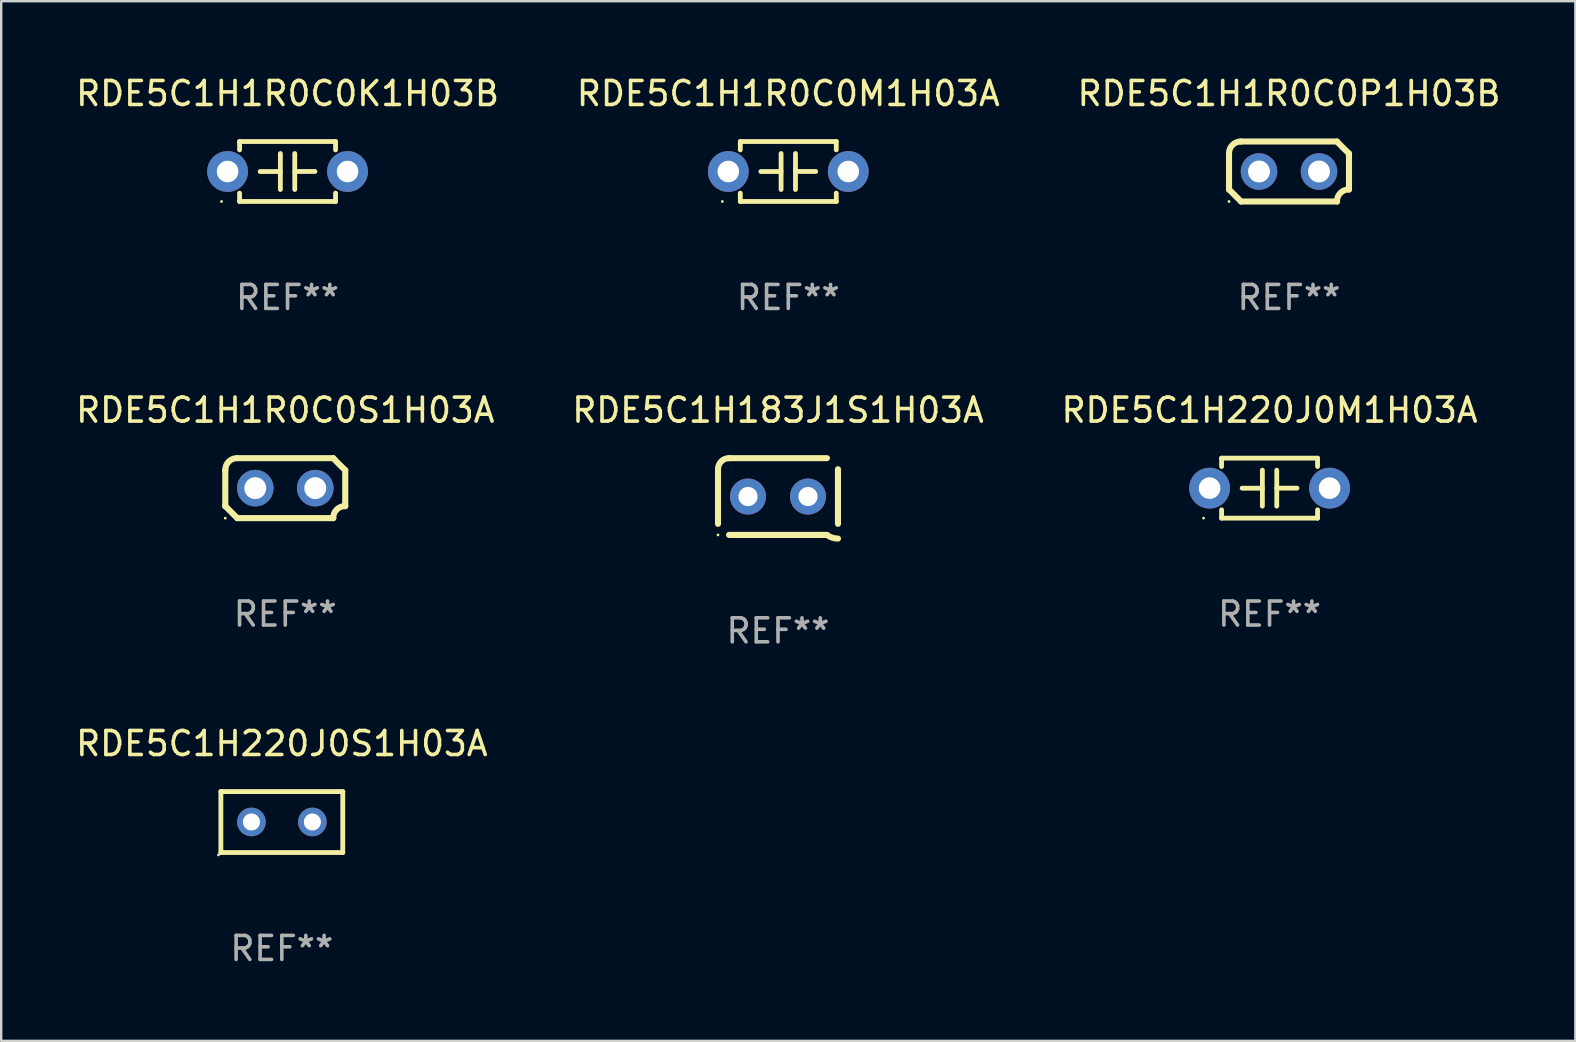
<source format=kicad_pcb>
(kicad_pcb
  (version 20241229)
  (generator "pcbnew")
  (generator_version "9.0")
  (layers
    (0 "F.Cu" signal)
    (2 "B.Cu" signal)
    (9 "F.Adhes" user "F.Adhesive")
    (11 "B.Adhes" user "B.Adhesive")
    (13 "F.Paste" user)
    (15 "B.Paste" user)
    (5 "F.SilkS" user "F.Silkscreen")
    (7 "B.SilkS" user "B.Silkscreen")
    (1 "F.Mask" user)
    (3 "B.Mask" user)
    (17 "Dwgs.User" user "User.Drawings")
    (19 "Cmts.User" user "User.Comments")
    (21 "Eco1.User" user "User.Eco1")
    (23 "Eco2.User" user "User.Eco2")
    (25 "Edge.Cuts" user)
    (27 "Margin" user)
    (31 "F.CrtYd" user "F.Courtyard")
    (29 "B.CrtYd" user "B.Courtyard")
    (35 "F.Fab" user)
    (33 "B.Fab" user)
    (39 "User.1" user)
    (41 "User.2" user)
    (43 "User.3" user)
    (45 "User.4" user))
  (footprint "RDE5C1H183J1S1H03A"
    (layer "F.Cu")
    (at 29.375 17.645)
    (property "Reference" "RDE5C1H183J1S1H03A" (at 0 -3.6 0) (layer "F.SilkS") (effects (font (size 1 1) (thickness 0.15))))
    (attr through_hole)
    (fp_line (start -2.5 1.138) (end -2.5 -1.138) (stroke (width 0.254) (type solid)) (layer "F.SilkS"))
    (fp_line (start -2.038 1.6) (end 2.038 1.6) (stroke (width 0.254) (type solid)) (layer "F.SilkS"))
    (fp_line (start 2.038 -1.6) (end -2.038 -1.6) (stroke (width 0.254) (type solid)) (layer "F.SilkS"))
    (fp_line (start 2.5 -1.138) (end 2.5 1.138) (stroke (width 0.254) (type solid)) (layer "F.SilkS"))
    (fp_arc (start -2.5 -1.137744) (mid -2.364601 -1.464626) (end -2.037719 -1.600025) (stroke (width 0.254001) (type solid)) (layer "F.SilkS"))
    (fp_arc (start -2.5 1.137719) (mid 2.500022 -1.137741) (end -2.5 1.137719) (stroke (width 0.254001) (type solid)) (layer "F.SilkS"))
    (fp_arc (start 2.5 1.751767) (mid 2.256726 1.712861) (end 2.037719 1.600025) (stroke (width 0.254001) (type solid)) (layer "F.SilkS"))
    (fp_circle (center -2.5 1.6) (end -2.47 1.6) (stroke (width 0.06) (type solid)) (fill no) (layer "F.SilkS"))
    (fp_text user "REF**" (at 0 5.6 0) (layer "F.Fab") (effects (font (size 1 1) (thickness 0.15))))
    (pad "1" thru_hole circle (at -1.25 -0.000076) (size 1.5 1.5) (drill 0.8) (layers "*.Cu" "*.Mask"))
    (pad "2" thru_hole circle (at 1.25 -0.000076) (size 1.5 1.5) (drill 0.8) (layers "*.Cu" "*.Mask")))
  (footprint "RDE5C1H1R0C0S1H03A"
    (layer "F.Cu")
    (at 8.839 17.295)
    (property "Reference" "RDE5C1H1R0C0S1H03A" (at 0 -3.25 0) (layer "F.SilkS") (effects (font (size 1 1) (thickness 0.15))))
    (attr through_hole)
    (fp_line (start -2.5 -0.75) (end -2.5 0.75) (stroke (width 0.254) (type solid)) (layer "F.SilkS"))
    (fp_line (start -2 -1.25) (end 2 -1.25) (stroke (width 0.254) (type solid)) (layer "F.SilkS"))
    (fp_line (start 2 1.25) (end -2 1.25) (stroke (width 0.254) (type solid)) (layer "F.SilkS"))
    (fp_line (start 2.5 0.75) (end 2.5 -0.75) (stroke (width 0.254) (type solid)) (layer "F.SilkS"))
    (fp_arc (start -2.5 0.749962) (mid -2.249559 0.999558) (end -1.99929 1.249325) (stroke (width 0.254001) (type solid)) (layer "F.SilkS"))
    (fp_arc (start -2.499366 -0.749302) (mid -2.356411 -1.106098) (end -2 -1.250013) (stroke (width 0.254001) (type solid)) (layer "F.SilkS"))
    (fp_arc (start 2 1.250013) (mid 2.142747 0.89301) (end 2.499364 0.749302) (stroke (width 0.254001) (type solid)) (layer "F.SilkS"))
    (fp_arc (start 2.5 -0.749962) (mid 2.245609 -0.995598) (end 1.999289 -1.249327) (stroke (width 0.254001) (type solid)) (layer "F.SilkS"))
    (fp_circle (center -2.5 1.25) (end -2.47 1.25) (stroke (width 0.06) (type solid)) (fill no) (layer "F.SilkS"))
    (fp_text user "REF**" (at 0 5.25 0) (layer "F.Fab") (effects (font (size 1 1) (thickness 0.15))))
    (pad "1" thru_hole circle (at -1.25 0) (size 1.524 1.524) (drill 0.914) (layers "*.Cu" "*.Mask"))
    (pad "2" thru_hole circle (at 1.25 0) (size 1.524 1.524) (drill 0.914) (layers "*.Cu" "*.Mask")))
  (footprint "RDE5C1H1R0C0K1H03B"
    (layer "F.Cu")
    (at 8.935 4.098)
    (property "Reference" "RDE5C1H1R0C0K1H03B" (at 0 -3.25 0) (layer "F.SilkS") (effects (font (size 1 1) (thickness 0.15))))
    (attr through_hole)
    (fp_line (start -2 -1.25) (end -2 -0.901) (stroke (width 0.2) (type solid)) (layer "F.SilkS"))
    (fp_line (start -2 -1.25) (end 2 -1.25) (stroke (width 0.2) (type solid)) (layer "F.SilkS"))
    (fp_line (start -2 0.901) (end -2 1.25) (stroke (width 0.2) (type solid)) (layer "F.SilkS"))
    (fp_line (start -0.3 -0.75) (end -0.3 0.75) (stroke (width 0.2) (type solid)) (layer "F.SilkS"))
    (fp_line (start -0.3 0.001) (end -1.143 0.001) (stroke (width 0.2) (type solid)) (layer "F.SilkS"))
    (fp_line (start 0.3 -0.001) (end 1.143 -0.001) (stroke (width 0.2) (type solid)) (layer "F.SilkS"))
    (fp_line (start 0.3 0.75) (end 0.3 -0.75) (stroke (width 0.2) (type solid)) (layer "F.SilkS"))
    (fp_line (start 2 -1.25) (end 2 -0.901) (stroke (width 0.2) (type solid)) (layer "F.SilkS"))
    (fp_line (start 2 0.901) (end 2 1.25) (stroke (width 0.2) (type solid)) (layer "F.SilkS"))
    (fp_line (start 2 1.25) (end -2 1.25) (stroke (width 0.2) (type solid)) (layer "F.SilkS"))
    (fp_circle (center -2.75 1.25) (end -2.72 1.25) (stroke (width 0.06) (type solid)) (fill no) (layer "F.SilkS"))
    (fp_text user "REF**" (at 0 5.25 0) (layer "F.Fab") (effects (font (size 1 1) (thickness 0.15))))
    (pad "1" thru_hole circle (at -2.5 0) (size 1.7 1.7) (drill 0.9) (layers "*.Cu" "*.Mask"))
    (pad "2" thru_hole circle (at 2.5 0) (size 1.7 1.7) (drill 0.9) (layers "*.Cu" "*.Mask")))
  (footprint "RDE5C1H1R0C0M1H03A"
    (layer "F.Cu")
    (at 29.804 4.098)
    (property "Reference" "RDE5C1H1R0C0M1H03A" (at 0 -3.25 0) (layer "F.SilkS") (effects (font (size 1 1) (thickness 0.15))))
    (attr through_hole)
    (fp_line (start -2 -1.25) (end -2 -0.901) (stroke (width 0.2) (type solid)) (layer "F.SilkS"))
    (fp_line (start -2 -1.25) (end 2 -1.25) (stroke (width 0.2) (type solid)) (layer "F.SilkS"))
    (fp_line (start -2 0.901) (end -2 1.25) (stroke (width 0.2) (type solid)) (layer "F.SilkS"))
    (fp_line (start -0.3 -0.75) (end -0.3 0.75) (stroke (width 0.2) (type solid)) (layer "F.SilkS"))
    (fp_line (start -0.3 0.001) (end -1.143 0.001) (stroke (width 0.2) (type solid)) (layer "F.SilkS"))
    (fp_line (start 0.3 -0.001) (end 1.143 -0.001) (stroke (width 0.2) (type solid)) (layer "F.SilkS"))
    (fp_line (start 0.3 0.75) (end 0.3 -0.75) (stroke (width 0.2) (type solid)) (layer "F.SilkS"))
    (fp_line (start 2 -1.25) (end 2 -0.901) (stroke (width 0.2) (type solid)) (layer "F.SilkS"))
    (fp_line (start 2 0.901) (end 2 1.25) (stroke (width 0.2) (type solid)) (layer "F.SilkS"))
    (fp_line (start 2 1.25) (end -2 1.25) (stroke (width 0.2) (type solid)) (layer "F.SilkS"))
    (fp_circle (center -2.75 1.25) (end -2.72 1.25) (stroke (width 0.06) (type solid)) (fill no) (layer "F.SilkS"))
    (fp_text user "REF**" (at 0 5.25 0) (layer "F.Fab") (effects (font (size 1 1) (thickness 0.15))))
    (pad "1" thru_hole circle (at -2.5 0) (size 1.7 1.7) (drill 0.9) (layers "*.Cu" "*.Mask"))
    (pad "2" thru_hole circle (at 2.5 0) (size 1.7 1.7) (drill 0.9) (layers "*.Cu" "*.Mask")))
  (footprint "RDE5C1H1R0C0P1H03B"
    (layer "F.Cu")
    (at 50.673 4.098)
    (property "Reference" "RDE5C1H1R0C0P1H03B" (at 0 -3.25 0) (layer "F.SilkS") (effects (font (size 1 1) (thickness 0.15))))
    (attr through_hole)
    (fp_line (start -2.5 -0.75) (end -2.5 0.75) (stroke (width 0.254) (type solid)) (layer "F.SilkS"))
    (fp_line (start -2 -1.25) (end 2 -1.25) (stroke (width 0.254) (type solid)) (layer "F.SilkS"))
    (fp_line (start 2 1.25) (end -2 1.25) (stroke (width 0.254) (type solid)) (layer "F.SilkS"))
    (fp_line (start 2.5 0.75) (end 2.5 -0.75) (stroke (width 0.254) (type solid)) (layer "F.SilkS"))
    (fp_arc (start -2.5 0.749962) (mid -2.249559 0.999558) (end -1.99929 1.249325) (stroke (width 0.254001) (type solid)) (layer "F.SilkS"))
    (fp_arc (start -2.499366 -0.749302) (mid -2.356411 -1.106098) (end -2 -1.250013) (stroke (width 0.254001) (type solid)) (layer "F.SilkS"))
    (fp_arc (start 2 1.250013) (mid 2.142747 0.89301) (end 2.499364 0.749302) (stroke (width 0.254001) (type solid)) (layer "F.SilkS"))
    (fp_arc (start 2.5 -0.749962) (mid 2.245609 -0.995598) (end 1.999289 -1.249327) (stroke (width 0.254001) (type solid)) (layer "F.SilkS"))
    (fp_circle (center -2.5 1.25) (end -2.47 1.25) (stroke (width 0.06) (type solid)) (fill no) (layer "F.SilkS"))
    (fp_text user "REF**" (at 0 5.25 0) (layer "F.Fab") (effects (font (size 1 1) (thickness 0.15))))
    (pad "1" thru_hole circle (at -1.25 0) (size 1.524 1.524) (drill 0.914) (layers "*.Cu" "*.Mask"))
    (pad "2" thru_hole circle (at 1.25 0) (size 1.524 1.524) (drill 0.914) (layers "*.Cu" "*.Mask")))
  (footprint "RDE5C1H220J0M1H03A"
    (layer "F.Cu")
    (at 49.863 17.295)
    (property "Reference" "RDE5C1H220J0M1H03A" (at 0 -3.25 0) (layer "F.SilkS") (effects (font (size 1 1) (thickness 0.15))))
    (attr through_hole)
    (fp_line (start -2 -1.25) (end -2 -0.901) (stroke (width 0.2) (type solid)) (layer "F.SilkS"))
    (fp_line (start -2 -1.25) (end 2 -1.25) (stroke (width 0.2) (type solid)) (layer "F.SilkS"))
    (fp_line (start -2 0.901) (end -2 1.25) (stroke (width 0.2) (type solid)) (layer "F.SilkS"))
    (fp_line (start -0.3 -0.75) (end -0.3 0.75) (stroke (width 0.2) (type solid)) (layer "F.SilkS"))
    (fp_line (start -0.3 0.001) (end -1.143 0.001) (stroke (width 0.2) (type solid)) (layer "F.SilkS"))
    (fp_line (start 0.3 -0.001) (end 1.143 -0.001) (stroke (width 0.2) (type solid)) (layer "F.SilkS"))
    (fp_line (start 0.3 0.75) (end 0.3 -0.75) (stroke (width 0.2) (type solid)) (layer "F.SilkS"))
    (fp_line (start 2 -1.25) (end 2 -0.901) (stroke (width 0.2) (type solid)) (layer "F.SilkS"))
    (fp_line (start 2 0.901) (end 2 1.25) (stroke (width 0.2) (type solid)) (layer "F.SilkS"))
    (fp_line (start 2 1.25) (end -2 1.25) (stroke (width 0.2) (type solid)) (layer "F.SilkS"))
    (fp_circle (center -2.75 1.25) (end -2.72 1.25) (stroke (width 0.06) (type solid)) (fill no) (layer "F.SilkS"))
    (fp_text user "REF**" (at 0 5.25 0) (layer "F.Fab") (effects (font (size 1 1) (thickness 0.15))))
    (pad "1" thru_hole circle (at -2.5 0) (size 1.7 1.7) (drill 0.9) (layers "*.Cu" "*.Mask"))
    (pad "2" thru_hole circle (at 2.5 0) (size 1.7 1.7) (drill 0.9) (layers "*.Cu" "*.Mask")))
  (footprint "RDE5C1H220J0S1H03A"
    (layer "F.Cu")
    (at 8.696 31.211)
    (property "Reference" "RDE5C1H220J0S1H03A" (at 0 -3.27 0) (layer "F.SilkS") (effects (font (size 1 1) (thickness 0.15))))
    (attr through_hole)
    (fp_line (start -2.54 -1.27) (end -2.54 1.27) (stroke (width 0.201) (type solid)) (layer "F.SilkS"))
    (fp_line (start -2.54 1.27) (end 2.54 1.27) (stroke (width 0.201) (type solid)) (layer "F.SilkS"))
    (fp_line (start 2.54 -1.27) (end -2.54 -1.27) (stroke (width 0.201) (type solid)) (layer "F.SilkS"))
    (fp_line (start 2.54 1.27) (end 2.54 -1.27) (stroke (width 0.201) (type solid)) (layer "F.SilkS"))
    (fp_circle (center -2.64 1.37) (end -2.61 1.37) (stroke (width 0.06) (type solid)) (fill no) (layer "F.SilkS"))
    (fp_text user "REF**" (at 0 5.27 0) (layer "F.Fab") (effects (font (size 1 1) (thickness 0.15))))
    (pad "1" thru_hole circle (at -1.267 -0.003) (size 1.194 1.194) (drill 0.711) (layers "*.Cu" "*.Mask"))
    (pad "2" thru_hole circle (at 1.273 -0.003) (size 1.194 1.194) (drill 0.711) (layers "*.Cu" "*.Mask")))
  (gr_rect
    (start -3 -3)
    (end 62.607 40.33)
    (stroke (width 0.1) (type default))
    (fill no)
    (layer "Edge.Cuts")))
</source>
